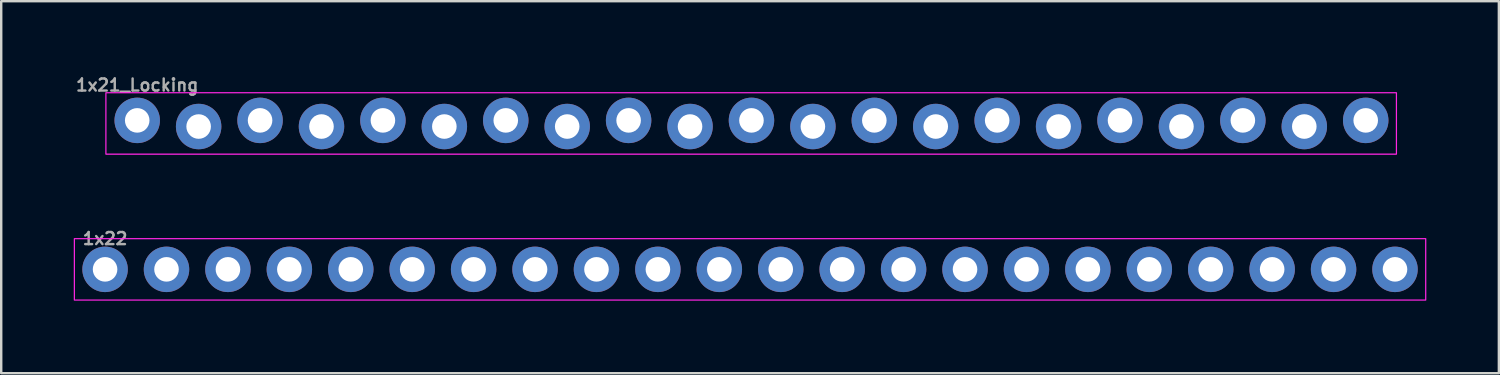
<source format=kicad_pcb>
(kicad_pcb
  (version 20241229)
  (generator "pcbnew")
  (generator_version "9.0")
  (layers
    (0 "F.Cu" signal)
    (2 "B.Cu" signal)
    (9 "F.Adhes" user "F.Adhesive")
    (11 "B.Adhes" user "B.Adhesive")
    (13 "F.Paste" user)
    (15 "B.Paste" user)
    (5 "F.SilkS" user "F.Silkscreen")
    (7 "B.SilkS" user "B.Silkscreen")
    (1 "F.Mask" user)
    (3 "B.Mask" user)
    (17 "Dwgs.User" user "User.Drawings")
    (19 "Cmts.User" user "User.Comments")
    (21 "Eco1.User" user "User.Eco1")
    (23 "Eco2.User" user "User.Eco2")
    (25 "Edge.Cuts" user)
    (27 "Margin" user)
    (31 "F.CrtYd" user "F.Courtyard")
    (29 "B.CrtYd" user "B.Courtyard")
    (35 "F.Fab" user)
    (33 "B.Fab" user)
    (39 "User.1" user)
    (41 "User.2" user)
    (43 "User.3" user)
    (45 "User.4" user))
  (footprint "1x22"
    (layer "F.Cu")
    (at 1.295 8.088)
    (property "Reference" "1x22" (at 0 -1.27 0) (layer "F.Fab") (effects (font (size 0.5 0.5) (thickness 0.1))))
    (fp_rect (start -1.27 -1.27) (end 54.61 1.27) (stroke (width 0.05) (type default)) (fill no) (layer "F.CrtYd"))
    (fp_poly (pts (xy -0.254 0.254) (xy 0.254 0.254) (xy 0.254 -0.254) (xy -0.254 -0.254)) (stroke (width 0.1) (type default)) (fill no) (layer "F.Fab"))
    (fp_poly (pts (xy 2.286 0.254) (xy 2.794 0.254) (xy 2.794 -0.254) (xy 2.286 -0.254)) (stroke (width 0.1) (type default)) (fill no) (layer "F.Fab"))
    (fp_poly (pts (xy 4.826 0.254) (xy 5.334 0.254) (xy 5.334 -0.254) (xy 4.826 -0.254)) (stroke (width 0.1) (type default)) (fill no) (layer "F.Fab"))
    (fp_poly (pts (xy 7.366 0.254) (xy 7.874 0.254) (xy 7.874 -0.254) (xy 7.366 -0.254)) (stroke (width 0.1) (type default)) (fill no) (layer "F.Fab"))
    (fp_poly (pts (xy 9.906 0.254) (xy 10.414 0.254) (xy 10.414 -0.254) (xy 9.906 -0.254)) (stroke (width 0.1) (type default)) (fill no) (layer "F.Fab"))
    (fp_poly (pts (xy 12.446 0.254) (xy 12.954 0.254) (xy 12.954 -0.254) (xy 12.446 -0.254)) (stroke (width 0.1) (type default)) (fill no) (layer "F.Fab"))
    (fp_poly (pts (xy 14.986 0.254) (xy 15.494 0.254) (xy 15.494 -0.254) (xy 14.986 -0.254)) (stroke (width 0.1) (type default)) (fill no) (layer "F.Fab"))
    (fp_poly (pts (xy 17.526 0.254) (xy 18.034 0.254) (xy 18.034 -0.254) (xy 17.526 -0.254)) (stroke (width 0.1) (type default)) (fill no) (layer "F.Fab"))
    (fp_poly (pts (xy 20.066 0.254) (xy 20.574 0.254) (xy 20.574 -0.254) (xy 20.066 -0.254)) (stroke (width 0.1) (type default)) (fill no) (layer "F.Fab"))
    (fp_poly (pts (xy 22.606 0.254) (xy 23.114 0.254) (xy 23.114 -0.254) (xy 22.606 -0.254)) (stroke (width 0.1) (type default)) (fill no) (layer "F.Fab"))
    (fp_poly (pts (xy 25.146 0.254) (xy 25.654 0.254) (xy 25.654 -0.254) (xy 25.146 -0.254)) (stroke (width 0.1) (type default)) (fill no) (layer "F.Fab"))
    (fp_poly (pts (xy 27.686 0.254) (xy 28.194 0.254) (xy 28.194 -0.254) (xy 27.686 -0.254)) (stroke (width 0.1) (type default)) (fill no) (layer "F.Fab"))
    (fp_poly (pts (xy 30.226 0.254) (xy 30.734 0.254) (xy 30.734 -0.254) (xy 30.226 -0.254)) (stroke (width 0.1) (type default)) (fill no) (layer "F.Fab"))
    (fp_poly (pts (xy 32.766 0.254) (xy 33.274 0.254) (xy 33.274 -0.254) (xy 32.766 -0.254)) (stroke (width 0.1) (type default)) (fill no) (layer "F.Fab"))
    (fp_poly (pts (xy 35.306 0.254) (xy 35.814 0.254) (xy 35.814 -0.254) (xy 35.306 -0.254)) (stroke (width 0.1) (type default)) (fill no) (layer "F.Fab"))
    (fp_poly (pts (xy 37.846 0.254) (xy 38.354 0.254) (xy 38.354 -0.254) (xy 37.846 -0.254)) (stroke (width 0.1) (type default)) (fill no) (layer "F.Fab"))
    (fp_poly (pts (xy 40.386 0.254) (xy 40.894 0.254) (xy 40.894 -0.254) (xy 40.386 -0.254)) (stroke (width 0.1) (type default)) (fill no) (layer "F.Fab"))
    (fp_poly (pts (xy 42.926 0.254) (xy 43.434 0.254) (xy 43.434 -0.254) (xy 42.926 -0.254)) (stroke (width 0.1) (type default)) (fill no) (layer "F.Fab"))
    (fp_poly (pts (xy 45.466 0.254) (xy 45.974 0.254) (xy 45.974 -0.254) (xy 45.466 -0.254)) (stroke (width 0.1) (type default)) (fill no) (layer "F.Fab"))
    (fp_poly (pts (xy 48.006 0.254) (xy 48.514 0.254) (xy 48.514 -0.254) (xy 48.006 -0.254)) (stroke (width 0.1) (type default)) (fill no) (layer "F.Fab"))
    (fp_poly (pts (xy 50.546 0.254) (xy 51.054 0.254) (xy 51.054 -0.254) (xy 50.546 -0.254)) (stroke (width 0.1) (type default)) (fill no) (layer "F.Fab"))
    (fp_poly (pts (xy 53.086 0.254) (xy 53.594 0.254) (xy 53.594 -0.254) (xy 53.086 -0.254)) (stroke (width 0.1) (type default)) (fill no) (layer "F.Fab"))
    (pad "1" thru_hole circle (at 0 0 90) (size 1.88 1.88) (drill 1.016) (layers "*.Cu" "*.Mask") (remove_unused_layers yes) (keep_end_layers yes) (zone_layer_connections))
    (pad "2" thru_hole circle (at 2.54 0 90) (size 1.88 1.88) (drill 1.016) (layers "*.Cu" "*.Mask") (remove_unused_layers yes) (keep_end_layers yes) (zone_layer_connections))
    (pad "3" thru_hole circle (at 5.08 0 90) (size 1.88 1.88) (drill 1.016) (layers "*.Cu" "*.Mask") (remove_unused_layers yes) (keep_end_layers yes) (zone_layer_connections))
    (pad "4" thru_hole circle (at 7.62 0 90) (size 1.88 1.88) (drill 1.016) (layers "*.Cu" "*.Mask") (remove_unused_layers yes) (keep_end_layers yes) (zone_layer_connections))
    (pad "5" thru_hole circle (at 10.16 0 90) (size 1.88 1.88) (drill 1.016) (layers "*.Cu" "*.Mask") (remove_unused_layers yes) (keep_end_layers yes) (zone_layer_connections))
    (pad "6" thru_hole circle (at 12.7 0 90) (size 1.88 1.88) (drill 1.016) (layers "*.Cu" "*.Mask") (remove_unused_layers yes) (keep_end_layers yes) (zone_layer_connections))
    (pad "7" thru_hole circle (at 15.24 0 90) (size 1.88 1.88) (drill 1.016) (layers "*.Cu" "*.Mask") (remove_unused_layers yes) (keep_end_layers yes) (zone_layer_connections))
    (pad "8" thru_hole circle (at 17.78 0 90) (size 1.88 1.88) (drill 1.016) (layers "*.Cu" "*.Mask") (remove_unused_layers yes) (keep_end_layers yes) (zone_layer_connections))
    (pad "9" thru_hole circle (at 20.32 0 90) (size 1.88 1.88) (drill 1.016) (layers "*.Cu" "*.Mask") (remove_unused_layers yes) (keep_end_layers yes) (zone_layer_connections))
    (pad "10" thru_hole circle (at 22.86 0 90) (size 1.88 1.88) (drill 1.016) (layers "*.Cu" "*.Mask") (remove_unused_layers yes) (keep_end_layers yes) (zone_layer_connections))
    (pad "11" thru_hole circle (at 25.4 0 90) (size 1.88 1.88) (drill 1.016) (layers "*.Cu" "*.Mask") (remove_unused_layers yes) (keep_end_layers yes) (zone_layer_connections))
    (pad "12" thru_hole circle (at 27.94 0 90) (size 1.88 1.88) (drill 1.016) (layers "*.Cu" "*.Mask") (remove_unused_layers yes) (keep_end_layers yes) (zone_layer_connections))
    (pad "13" thru_hole circle (at 30.48 0 90) (size 1.88 1.88) (drill 1.016) (layers "*.Cu" "*.Mask") (remove_unused_layers yes) (keep_end_layers yes) (zone_layer_connections))
    (pad "14" thru_hole circle (at 33.02 0 90) (size 1.88 1.88) (drill 1.016) (layers "*.Cu" "*.Mask") (remove_unused_layers yes) (keep_end_layers yes) (zone_layer_connections))
    (pad "15" thru_hole circle (at 35.56 0 90) (size 1.88 1.88) (drill 1.016) (layers "*.Cu" "*.Mask") (remove_unused_layers yes) (keep_end_layers yes) (zone_layer_connections))
    (pad "16" thru_hole circle (at 38.1 0 90) (size 1.88 1.88) (drill 1.016) (layers "*.Cu" "*.Mask") (remove_unused_layers yes) (keep_end_layers yes) (zone_layer_connections))
    (pad "17" thru_hole circle (at 40.64 0 90) (size 1.88 1.88) (drill 1.016) (layers "*.Cu" "*.Mask") (remove_unused_layers yes) (keep_end_layers yes) (zone_layer_connections))
    (pad "18" thru_hole circle (at 43.18 0 90) (size 1.88 1.88) (drill 1.016) (layers "*.Cu" "*.Mask") (remove_unused_layers yes) (keep_end_layers yes) (zone_layer_connections))
    (pad "19" thru_hole circle (at 45.72 0 90) (size 1.88 1.88) (drill 1.016) (layers "*.Cu" "*.Mask") (remove_unused_layers yes) (keep_end_layers yes) (zone_layer_connections))
    (pad "20" thru_hole circle (at 48.26 0 90) (size 1.88 1.88) (drill 1.016) (layers "*.Cu" "*.Mask") (remove_unused_layers yes) (keep_end_layers yes) (zone_layer_connections))
    (pad "21" thru_hole circle (at 50.8 0 90) (size 1.88 1.88) (drill 1.016) (layers "*.Cu" "*.Mask") (remove_unused_layers yes) (keep_end_layers yes) (zone_layer_connections))
    (pad "22" thru_hole circle (at 53.34 0 90) (size 1.88 1.88) (drill 1.016) (layers "*.Cu" "*.Mask") (remove_unused_layers yes) (keep_end_layers yes) (zone_layer_connections)))
  (footprint "1x21_Locking"
    (layer "F.Cu")
    (at 2.624 2.055)
    (property "Reference" "1x21_Locking" (at 0 -1.587 0) (layer "F.Fab") (effects (font (size 0.5 0.5) (thickness 0.1))))
    (fp_rect (start -1.295 -1.27) (end 52.07 1.27) (stroke (width 0.05) (type default)) (fill no) (layer "F.CrtYd"))
    (fp_poly (pts (xy -0.254 0.254) (xy 0.254 0.254) (xy 0.254 -0.254) (xy -0.254 -0.254)) (stroke (width 0.1) (type default)) (fill no) (layer "F.Fab"))
    (fp_poly (pts (xy 2.286 0.254) (xy 2.794 0.254) (xy 2.794 -0.254) (xy 2.286 -0.254)) (stroke (width 0.1) (type default)) (fill no) (layer "F.Fab"))
    (fp_poly (pts (xy 4.826 0.254) (xy 5.334 0.254) (xy 5.334 -0.254) (xy 4.826 -0.254)) (stroke (width 0.1) (type default)) (fill no) (layer "F.Fab"))
    (fp_poly (pts (xy 7.366 0.254) (xy 7.874 0.254) (xy 7.874 -0.254) (xy 7.366 -0.254)) (stroke (width 0.1) (type default)) (fill no) (layer "F.Fab"))
    (fp_poly (pts (xy 9.906 0.254) (xy 10.414 0.254) (xy 10.414 -0.254) (xy 9.906 -0.254)) (stroke (width 0.1) (type default)) (fill no) (layer "F.Fab"))
    (fp_poly (pts (xy 12.446 0.254) (xy 12.954 0.254) (xy 12.954 -0.254) (xy 12.446 -0.254)) (stroke (width 0.1) (type default)) (fill no) (layer "F.Fab"))
    (fp_poly (pts (xy 14.986 0.254) (xy 15.494 0.254) (xy 15.494 -0.254) (xy 14.986 -0.254)) (stroke (width 0.1) (type default)) (fill no) (layer "F.Fab"))
    (fp_poly (pts (xy 17.526 0.254) (xy 18.034 0.254) (xy 18.034 -0.254) (xy 17.526 -0.254)) (stroke (width 0.1) (type default)) (fill no) (layer "F.Fab"))
    (fp_poly (pts (xy 20.066 0.254) (xy 20.574 0.254) (xy 20.574 -0.254) (xy 20.066 -0.254)) (stroke (width 0.1) (type default)) (fill no) (layer "F.Fab"))
    (fp_poly (pts (xy 22.606 0.254) (xy 23.114 0.254) (xy 23.114 -0.254) (xy 22.606 -0.254)) (stroke (width 0.1) (type default)) (fill no) (layer "F.Fab"))
    (fp_poly (pts (xy 25.146 0.254) (xy 25.654 0.254) (xy 25.654 -0.254) (xy 25.146 -0.254)) (stroke (width 0.1) (type default)) (fill no) (layer "F.Fab"))
    (fp_poly (pts (xy 27.686 0.254) (xy 28.194 0.254) (xy 28.194 -0.254) (xy 27.686 -0.254)) (stroke (width 0.1) (type default)) (fill no) (layer "F.Fab"))
    (fp_poly (pts (xy 30.226 0.254) (xy 30.734 0.254) (xy 30.734 -0.254) (xy 30.226 -0.254)) (stroke (width 0.1) (type default)) (fill no) (layer "F.Fab"))
    (fp_poly (pts (xy 32.766 0.254) (xy 33.274 0.254) (xy 33.274 -0.254) (xy 32.766 -0.254)) (stroke (width 0.1) (type default)) (fill no) (layer "F.Fab"))
    (fp_poly (pts (xy 35.306 0.254) (xy 35.814 0.254) (xy 35.814 -0.254) (xy 35.306 -0.254)) (stroke (width 0.1) (type default)) (fill no) (layer "F.Fab"))
    (fp_poly (pts (xy 37.846 0.254) (xy 38.354 0.254) (xy 38.354 -0.254) (xy 37.846 -0.254)) (stroke (width 0.1) (type default)) (fill no) (layer "F.Fab"))
    (fp_poly (pts (xy 40.386 0.254) (xy 40.894 0.254) (xy 40.894 -0.254) (xy 40.386 -0.254)) (stroke (width 0.1) (type default)) (fill no) (layer "F.Fab"))
    (fp_poly (pts (xy 42.926 0.254) (xy 43.434 0.254) (xy 43.434 -0.254) (xy 42.926 -0.254)) (stroke (width 0.1) (type default)) (fill no) (layer "F.Fab"))
    (fp_poly (pts (xy 45.466 0.254) (xy 45.974 0.254) (xy 45.974 -0.254) (xy 45.466 -0.254)) (stroke (width 0.1) (type default)) (fill no) (layer "F.Fab"))
    (fp_poly (pts (xy 48.006 0.254) (xy 48.514 0.254) (xy 48.514 -0.254) (xy 48.006 -0.254)) (stroke (width 0.1) (type default)) (fill no) (layer "F.Fab"))
    (fp_poly (pts (xy 50.546 0.254) (xy 51.054 0.254) (xy 51.054 -0.254) (xy 50.546 -0.254)) (stroke (width 0.1) (type default)) (fill no) (layer "F.Fab"))
    (pad "1" thru_hole circle (at 0 -0.127 90) (size 1.88 1.88) (drill 1.016) (layers "*.Cu" "*.Mask"))
    (pad "2" thru_hole circle (at 2.54 0.127 90) (size 1.88 1.88) (drill 1.016) (layers "*.Cu" "*.Mask"))
    (pad "3" thru_hole circle (at 5.08 -0.127 90) (size 1.88 1.88) (drill 1.016) (layers "*.Cu" "*.Mask"))
    (pad "4" thru_hole circle (at 7.62 0.127 90) (size 1.88 1.88) (drill 1.016) (layers "*.Cu" "*.Mask"))
    (pad "5" thru_hole circle (at 10.16 -0.127 90) (size 1.88 1.88) (drill 1.016) (layers "*.Cu" "*.Mask"))
    (pad "6" thru_hole circle (at 12.7 0.127 90) (size 1.88 1.88) (drill 1.016) (layers "*.Cu" "*.Mask"))
    (pad "7" thru_hole circle (at 15.24 -0.127 90) (size 1.88 1.88) (drill 1.016) (layers "*.Cu" "*.Mask"))
    (pad "8" thru_hole circle (at 17.78 0.127 90) (size 1.88 1.88) (drill 1.016) (layers "*.Cu" "*.Mask"))
    (pad "9" thru_hole circle (at 20.32 -0.127 90) (size 1.88 1.88) (drill 1.016) (layers "*.Cu" "*.Mask"))
    (pad "10" thru_hole circle (at 22.86 0.127 90) (size 1.88 1.88) (drill 1.016) (layers "*.Cu" "*.Mask"))
    (pad "11" thru_hole circle (at 25.4 -0.127 90) (size 1.88 1.88) (drill 1.016) (layers "*.Cu" "*.Mask"))
    (pad "12" thru_hole circle (at 27.94 0.127 90) (size 1.88 1.88) (drill 1.016) (layers "*.Cu" "*.Mask"))
    (pad "13" thru_hole circle (at 30.48 -0.127 90) (size 1.88 1.88) (drill 1.016) (layers "*.Cu" "*.Mask"))
    (pad "14" thru_hole circle (at 33.02 0.127 90) (size 1.88 1.88) (drill 1.016) (layers "*.Cu" "*.Mask"))
    (pad "15" thru_hole circle (at 35.56 -0.127 90) (size 1.88 1.88) (drill 1.016) (layers "*.Cu" "*.Mask"))
    (pad "16" thru_hole circle (at 38.1 0.127 90) (size 1.88 1.88) (drill 1.016) (layers "*.Cu" "*.Mask"))
    (pad "17" thru_hole circle (at 40.64 -0.127 90) (size 1.88 1.88) (drill 1.016) (layers "*.Cu" "*.Mask"))
    (pad "18" thru_hole circle (at 43.18 0.127 90) (size 1.88 1.88) (drill 1.016) (layers "*.Cu" "*.Mask"))
    (pad "19" thru_hole circle (at 45.72 -0.127 90) (size 1.88 1.88) (drill 1.016) (layers "*.Cu" "*.Mask"))
    (pad "20" thru_hole circle (at 48.26 0.127 90) (size 1.88 1.88) (drill 1.016) (layers "*.Cu" "*.Mask"))
    (pad "21" thru_hole circle (at 50.8 -0.127 90) (size 1.88 1.88) (drill 1.016) (layers "*.Cu" "*.Mask")))
  (gr_rect
    (start -3 -3)
    (end 58.93 12.383)
    (stroke (width 0.1) (type default))
    (fill no)
    (layer "Edge.Cuts")))
</source>
